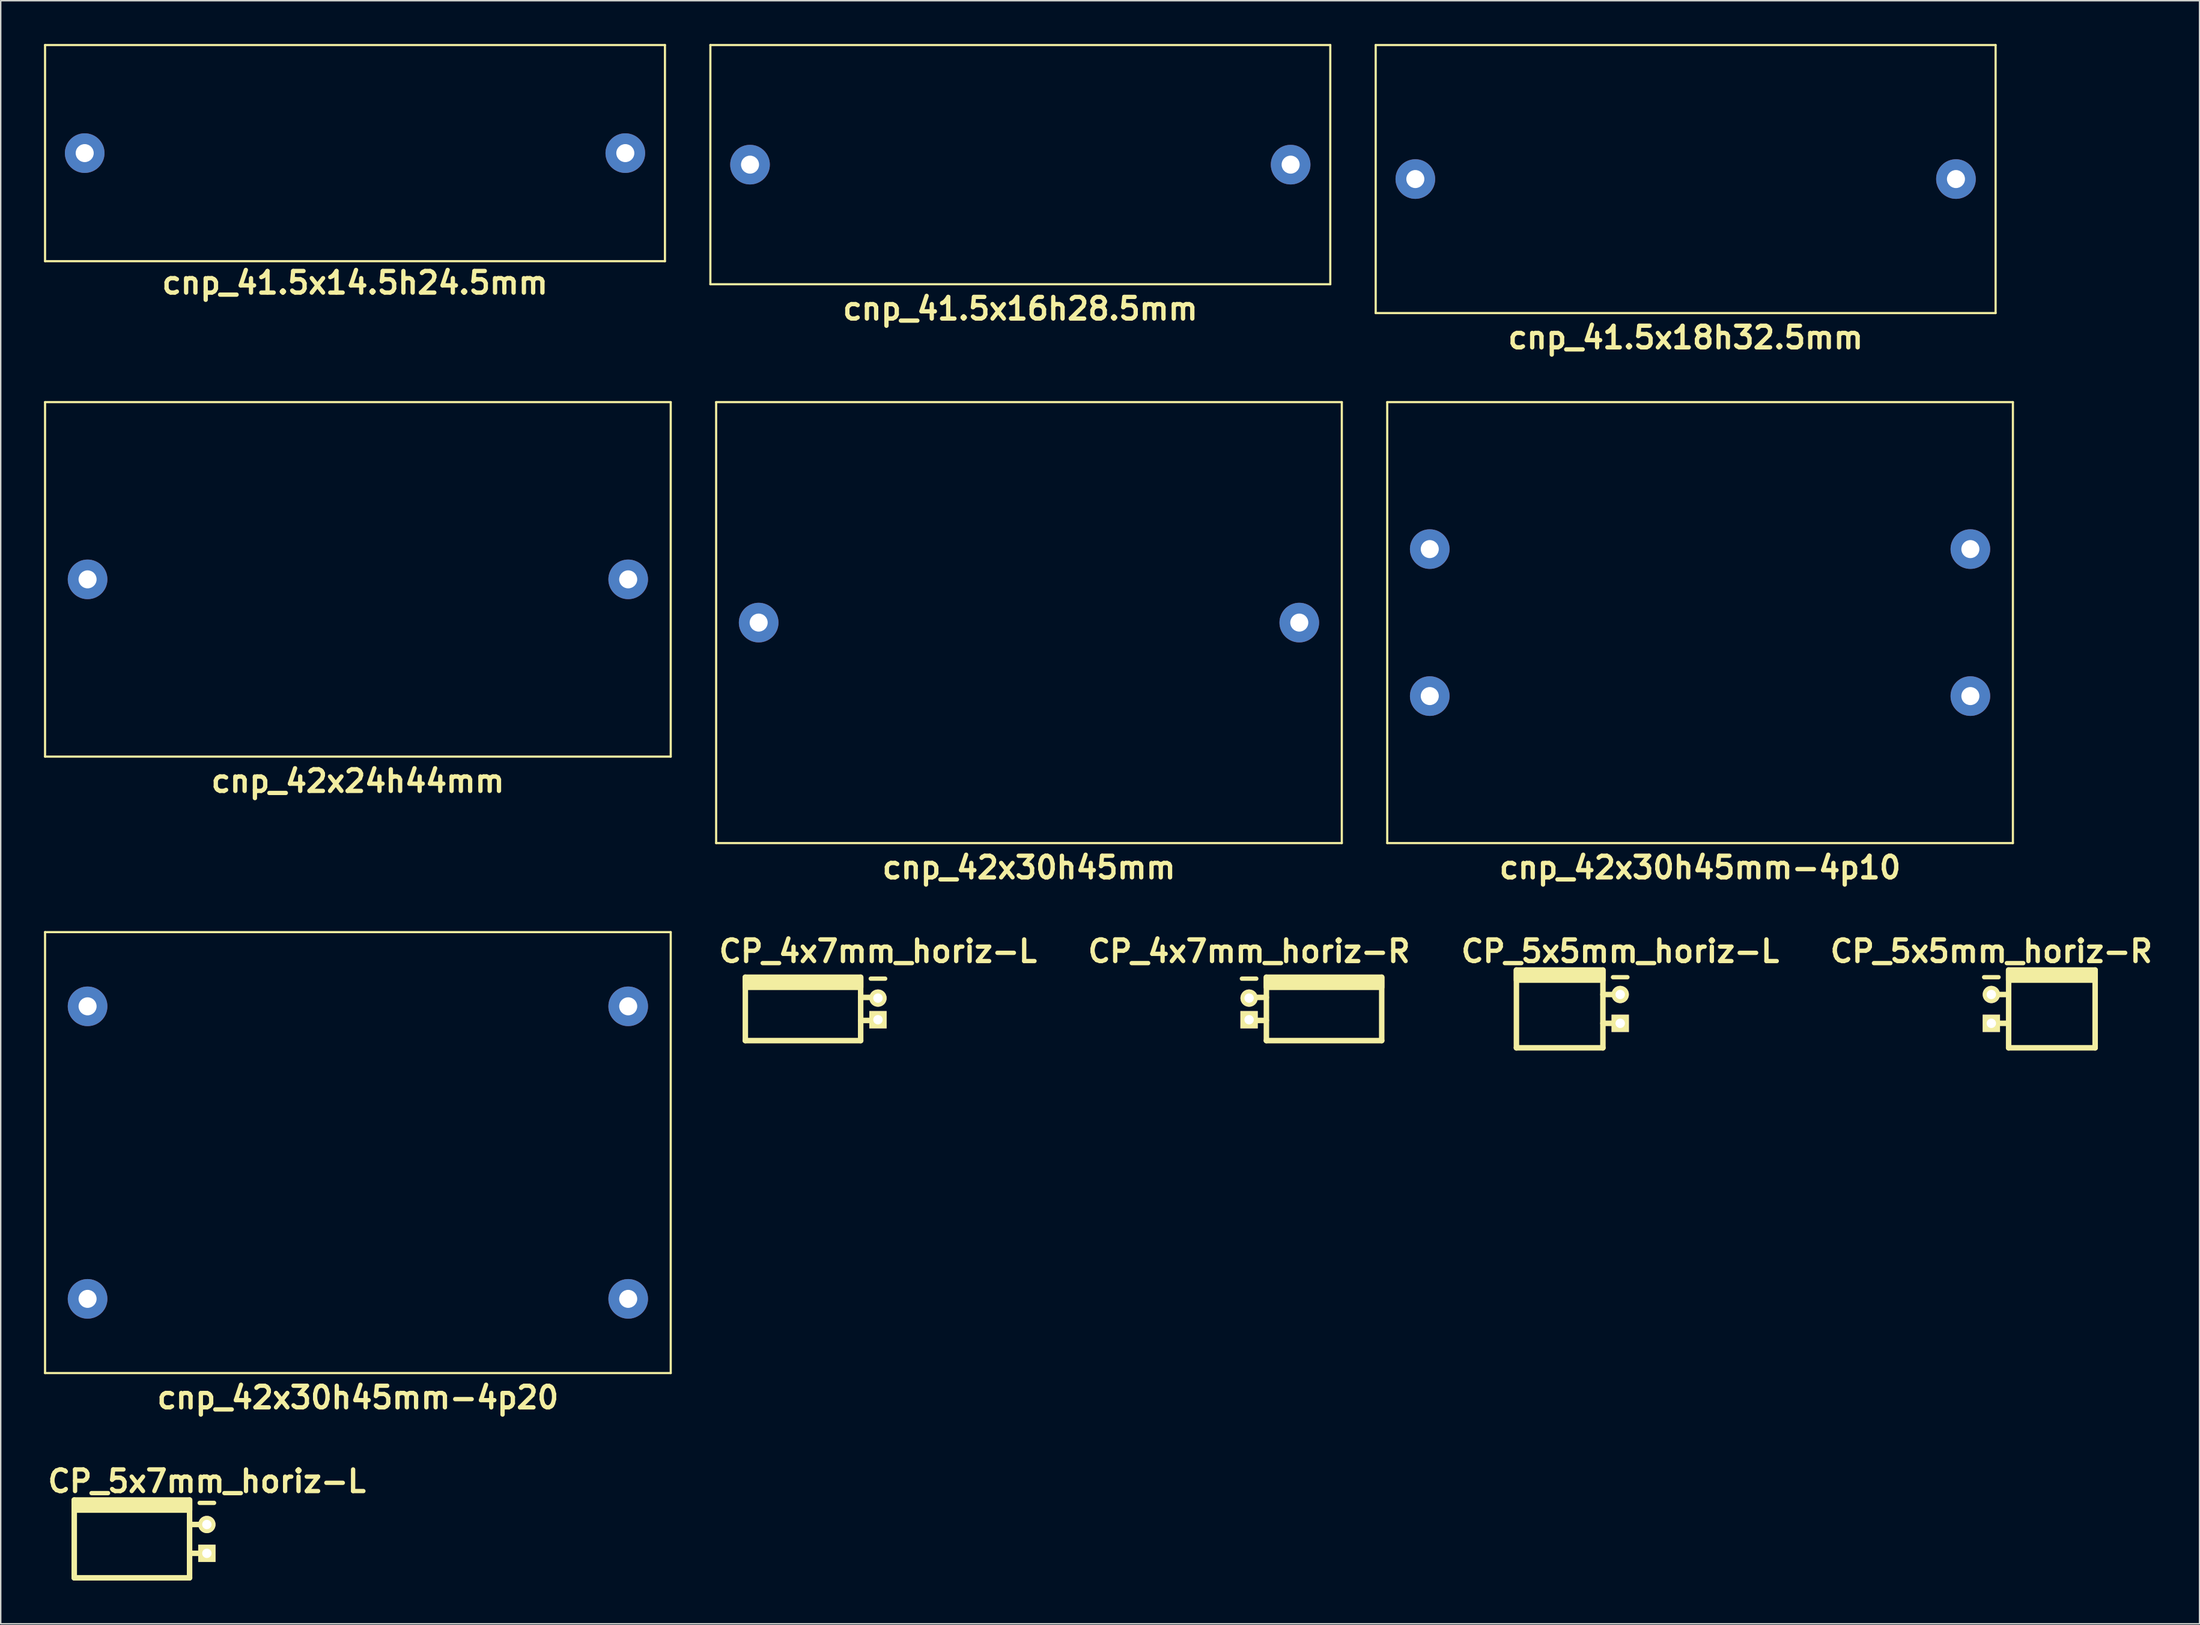
<source format=kicad_pcb>
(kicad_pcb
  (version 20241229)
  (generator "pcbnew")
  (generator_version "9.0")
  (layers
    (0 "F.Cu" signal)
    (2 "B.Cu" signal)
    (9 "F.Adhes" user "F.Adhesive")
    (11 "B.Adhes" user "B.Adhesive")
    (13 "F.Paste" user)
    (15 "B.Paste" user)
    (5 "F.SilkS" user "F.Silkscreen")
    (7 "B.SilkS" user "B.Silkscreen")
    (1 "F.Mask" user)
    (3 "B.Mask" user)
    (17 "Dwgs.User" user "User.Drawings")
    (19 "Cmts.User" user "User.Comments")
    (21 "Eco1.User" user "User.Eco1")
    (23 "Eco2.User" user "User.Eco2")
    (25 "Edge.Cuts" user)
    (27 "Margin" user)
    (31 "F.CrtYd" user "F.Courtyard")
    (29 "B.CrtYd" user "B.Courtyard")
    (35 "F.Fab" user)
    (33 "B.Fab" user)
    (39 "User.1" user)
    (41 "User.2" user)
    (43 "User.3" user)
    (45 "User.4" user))
  (footprint "CP_5x7mm_horiz-L"
    (layer "F.Cu")
    (at 11.3 103.741)
    (property "Reference" "CP_5x7mm_horiz-L" (at 0 -4 0) (layer "F.SilkS") (effects (font (size 1.5 1.5) (thickness 0.3))))
    (attr through_hole)
    (fp_line (start -9.2 -2.7) (end -9.2 2.7) (stroke (width 0.381) (type solid)) (layer "F.SilkS"))
    (fp_line (start -9.2 2.7) (end -1.2 2.7) (stroke (width 0.381) (type solid)) (layer "F.SilkS"))
    (fp_line (start -1.2 2.7) (end -1.2 -2.7) (stroke (width 0.381) (type solid)) (layer "F.SilkS"))
    (fp_line (start 0 -1) (end -1.2 -1) (stroke (width 0.381) (type solid)) (layer "F.SilkS"))
    (fp_line (start 0 1) (end -1.2 1) (stroke (width 0.381) (type solid)) (layer "F.SilkS"))
    (fp_line (start 0.5 -2.5) (end -0.5 -2.5) (stroke (width 0.3) (type solid)) (layer "F.SilkS"))
    (fp_poly (pts (xy -1.2 -2) (xy -9.2 -2) (xy -9.2 -2.7) (xy -1.2 -2.7)) (stroke (width 0.381) (type solid)) (fill yes) (layer "F.SilkS"))
    (pad "1" thru_hole rect (at 0 1) (size 1.2 1.2) (drill 0.65) (layers "*.Cu" "*.Mask" "F.SilkS"))
    (pad "2" thru_hole circle (at 0 -1) (size 1.2 1.2) (drill 0.65) (layers "*.Cu" "*.Mask" "F.SilkS")))
  (footprint "CP_5x5mm_horiz-L"
    (layer "F.Cu")
    (at 109.336 66.962)
    (property "Reference" "CP_5x5mm_horiz-L" (at 0 -4 0) (layer "F.SilkS") (effects (font (size 1.5 1.5) (thickness 0.3))))
    (attr through_hole)
    (fp_line (start -7.2 -2.7) (end -7.2 2.7) (stroke (width 0.381) (type solid)) (layer "F.SilkS"))
    (fp_line (start -7.2 2.7) (end -1.2 2.7) (stroke (width 0.381) (type solid)) (layer "F.SilkS"))
    (fp_line (start -1.2 2.7) (end -1.2 -2.7) (stroke (width 0.381) (type solid)) (layer "F.SilkS"))
    (fp_line (start 0 -1) (end -1.2 -1) (stroke (width 0.381) (type solid)) (layer "F.SilkS"))
    (fp_line (start 0 1) (end -1.2 1) (stroke (width 0.381) (type solid)) (layer "F.SilkS"))
    (fp_line (start 0.5 -2.2) (end -0.5 -2.2) (stroke (width 0.3) (type solid)) (layer "F.SilkS"))
    (fp_poly (pts (xy -1.2 -2) (xy -7.2 -2) (xy -7.2 -2.7) (xy -1.2 -2.7)) (stroke (width 0.381) (type solid)) (fill yes) (layer "F.SilkS"))
    (pad "1" thru_hole rect (at 0 1) (size 1.2 1.2) (drill 0.65) (layers "*.Cu" "*.Mask" "F.SilkS"))
    (pad "2" thru_hole circle (at 0 -1) (size 1.2 1.2) (drill 0.65) (layers "*.Cu" "*.Mask" "F.SilkS")))
  (footprint "cnp_41.5x14.5h24.5mm"
    (layer "F.Cu")
    (at 21.575 7.575)
    (property "Reference" "cnp_41.5x14.5h24.5mm" (at 0 9 0) (layer "F.SilkS") (effects (font (size 1.5 1.5) (thickness 0.3))))
    (attr through_hole)
    (fp_line (start -21.5 -7.5) (end 21.5 -7.5) (stroke (width 0.15) (type solid)) (layer "F.SilkS"))
    (fp_line (start -21.5 7.5) (end -21.5 -7.5) (stroke (width 0.15) (type solid)) (layer "F.SilkS"))
    (fp_line (start 21.5 -7.5) (end 21.5 7.5) (stroke (width 0.15) (type solid)) (layer "F.SilkS"))
    (fp_line (start 21.5 7.5) (end -21.5 7.5) (stroke (width 0.15) (type solid)) (layer "F.SilkS"))
    (pad "1" thru_hole circle (at 18.75 0) (size 2.75 2.75) (drill 1.25) (layers "*.Cu" "*.Mask"))
    (pad "2" thru_hole circle (at -18.75 0) (size 2.75 2.75) (drill 1.25) (layers "*.Cu" "*.Mask")))
  (footprint "CP_4x7mm_horiz-L"
    (layer "F.Cu")
    (at 57.85 66.962)
    (property "Reference" "CP_4x7mm_horiz-L" (at 0 -4 0) (layer "F.SilkS") (effects (font (size 1.5 1.5) (thickness 0.3))))
    (attr through_hole)
    (fp_line (start -9.2 -2.2) (end -9.2 2.2) (stroke (width 0.381) (type solid)) (layer "F.SilkS"))
    (fp_line (start -9.2 2.2) (end -1.2 2.2) (stroke (width 0.381) (type solid)) (layer "F.SilkS"))
    (fp_line (start -1.2 2.2) (end -1.2 -2.2) (stroke (width 0.381) (type solid)) (layer "F.SilkS"))
    (fp_line (start 0 -0.8) (end -1.2 -0.8) (stroke (width 0.381) (type solid)) (layer "F.SilkS"))
    (fp_line (start 0 0.8) (end -1.2 0.8) (stroke (width 0.381) (type solid)) (layer "F.SilkS"))
    (fp_line (start 0.5 -2.1) (end -0.5 -2.1) (stroke (width 0.3) (type solid)) (layer "F.SilkS"))
    (fp_poly (pts (xy -1.2 -1.5) (xy -9.2 -1.5) (xy -9.2 -2.2) (xy -1.2 -2.2)) (stroke (width 0.381) (type solid)) (fill yes) (layer "F.SilkS"))
    (pad "1" thru_hole rect (at 0 0.75) (size 1.2 1.2) (drill 0.65) (layers "*.Cu" "*.Mask" "F.SilkS"))
    (pad "2" thru_hole circle (at 0 -0.75) (size 1.2 1.2) (drill 0.65) (layers "*.Cu" "*.Mask" "F.SilkS")))
  (footprint "cnp_42x24h44mm"
    (layer "F.Cu")
    (at 21.775 37.154)
    (property "Reference" "cnp_42x24h44mm" (at 0 14 0) (layer "F.SilkS") (effects (font (size 1.5 1.5) (thickness 0.3))))
    (attr through_hole)
    (fp_line (start -21.7 -12.3) (end 21.7 -12.3) (stroke (width 0.15) (type solid)) (layer "F.SilkS"))
    (fp_line (start -21.7 12.3) (end -21.7 -12.3) (stroke (width 0.15) (type solid)) (layer "F.SilkS"))
    (fp_line (start 21.7 -12.3) (end 21.7 12.3) (stroke (width 0.15) (type solid)) (layer "F.SilkS"))
    (fp_line (start 21.7 12.3) (end -21.7 12.3) (stroke (width 0.15) (type solid)) (layer "F.SilkS"))
    (pad "1" thru_hole circle (at 18.75 0) (size 2.75 2.75) (drill 1.25) (layers "*.Cu" "*.Mask"))
    (pad "2" thru_hole circle (at -18.75 0) (size 2.75 2.75) (drill 1.25) (layers "*.Cu" "*.Mask")))
  (footprint "cnp_42x30h45mm"
    (layer "F.Cu")
    (at 68.325 40.154)
    (property "Reference" "cnp_42x30h45mm" (at 0 17 0) (layer "F.SilkS") (effects (font (size 1.5 1.5) (thickness 0.3))))
    (attr through_hole)
    (fp_line (start -21.7 -15.3) (end 21.7 -15.3) (stroke (width 0.15) (type solid)) (layer "F.SilkS"))
    (fp_line (start -21.7 15.3) (end -21.7 -15.3) (stroke (width 0.15) (type solid)) (layer "F.SilkS"))
    (fp_line (start 21.7 -15.3) (end 21.7 15.3) (stroke (width 0.15) (type solid)) (layer "F.SilkS"))
    (fp_line (start 21.7 15.3) (end -21.7 15.3) (stroke (width 0.15) (type solid)) (layer "F.SilkS"))
    (pad "1" thru_hole circle (at 18.75 0) (size 2.75 2.75) (drill 1.25) (layers "*.Cu" "*.Mask"))
    (pad "2" thru_hole circle (at -18.75 0) (size 2.75 2.75) (drill 1.25) (layers "*.Cu" "*.Mask")))
  (footprint "CP_4x7mm_horiz-R"
    (layer "F.Cu")
    (at 83.593 66.962)
    (property "Reference" "CP_4x7mm_horiz-R" (at 0 -4 0) (layer "F.SilkS") (effects (font (size 1.5 1.5) (thickness 0.3))))
    (attr through_hole)
    (fp_line (start -0.5 -2.1) (end 0.5 -2.1) (stroke (width 0.3) (type solid)) (layer "F.SilkS"))
    (fp_line (start 0 -0.8) (end 1.2 -0.8) (stroke (width 0.381) (type solid)) (layer "F.SilkS"))
    (fp_line (start 0 0.8) (end 1.2 0.8) (stroke (width 0.381) (type solid)) (layer "F.SilkS"))
    (fp_line (start 1.2 2.2) (end 1.2 -2.2) (stroke (width 0.381) (type solid)) (layer "F.SilkS"))
    (fp_line (start 9.2 -2.2) (end 9.2 2.2) (stroke (width 0.381) (type solid)) (layer "F.SilkS"))
    (fp_line (start 9.2 2.2) (end 1.2 2.2) (stroke (width 0.381) (type solid)) (layer "F.SilkS"))
    (fp_poly (pts (xy 9.2 -1.5) (xy 1.2 -1.5) (xy 1.2 -2.2) (xy 9.2 -2.2)) (stroke (width 0.381) (type solid)) (fill yes) (layer "F.SilkS"))
    (pad "1" thru_hole rect (at 0 0.75) (size 1.2 1.2) (drill 0.65) (layers "*.Cu" "*.Mask" "F.SilkS"))
    (pad "2" thru_hole circle (at 0 -0.75) (size 1.2 1.2) (drill 0.65) (layers "*.Cu" "*.Mask" "F.SilkS")))
  (footprint "cnp_41.5x18h32.5mm"
    (layer "F.Cu")
    (at 113.875 9.375)
    (property "Reference" "cnp_41.5x18h32.5mm" (at 0 11 0) (layer "F.SilkS") (effects (font (size 1.5 1.5) (thickness 0.3))))
    (attr through_hole)
    (fp_line (start -21.5 -9.3) (end 21.5 -9.3) (stroke (width 0.15) (type solid)) (layer "F.SilkS"))
    (fp_line (start -21.5 9.3) (end -21.5 -9.3) (stroke (width 0.15) (type solid)) (layer "F.SilkS"))
    (fp_line (start 21.5 -9.3) (end 21.5 9.3) (stroke (width 0.15) (type solid)) (layer "F.SilkS"))
    (fp_line (start 21.5 9.3) (end -21.5 9.3) (stroke (width 0.15) (type solid)) (layer "F.SilkS"))
    (pad "1" thru_hole circle (at 18.75 0) (size 2.75 2.75) (drill 1.25) (layers "*.Cu" "*.Mask"))
    (pad "2" thru_hole circle (at -18.75 0) (size 2.75 2.75) (drill 1.25) (layers "*.Cu" "*.Mask")))
  (footprint "cnp_42x30h45mm-4p20"
    (layer "F.Cu")
    (at 21.775 76.933)
    (property "Reference" "cnp_42x30h45mm-4p20" (at 0 17 0) (layer "F.SilkS") (effects (font (size 1.5 1.5) (thickness 0.3))))
    (attr through_hole)
    (fp_line (start -21.7 -15.3) (end 21.7 -15.3) (stroke (width 0.15) (type solid)) (layer "F.SilkS"))
    (fp_line (start -21.7 15.3) (end -21.7 -15.3) (stroke (width 0.15) (type solid)) (layer "F.SilkS"))
    (fp_line (start 21.7 -15.3) (end 21.7 15.3) (stroke (width 0.15) (type solid)) (layer "F.SilkS"))
    (fp_line (start 21.7 15.3) (end -21.7 15.3) (stroke (width 0.15) (type solid)) (layer "F.SilkS"))
    (pad "1" thru_hole circle (at 18.75 -10.15) (size 2.75 2.75) (drill 1.25) (layers "*.Cu" "*.Mask"))
    (pad "1" thru_hole circle (at 18.75 10.15) (size 2.75 2.75) (drill 1.25) (layers "*.Cu" "*.Mask"))
    (pad "2" thru_hole circle (at -18.75 -10.15) (size 2.75 2.75) (drill 1.25) (layers "*.Cu" "*.Mask"))
    (pad "2" thru_hole circle (at -18.75 10.15) (size 2.75 2.75) (drill 1.25) (layers "*.Cu" "*.Mask")))
  (footprint "CP_5x5mm_horiz-R"
    (layer "F.Cu")
    (at 135.079 66.962)
    (property "Reference" "CP_5x5mm_horiz-R" (at 0 -4 0) (layer "F.SilkS") (effects (font (size 1.5 1.5) (thickness 0.3))))
    (attr through_hole)
    (fp_line (start -0.5 -2.2) (end 0.5 -2.2) (stroke (width 0.3) (type solid)) (layer "F.SilkS"))
    (fp_line (start 0 -1) (end 1.2 -1) (stroke (width 0.381) (type solid)) (layer "F.SilkS"))
    (fp_line (start 0 1) (end 1.2 1) (stroke (width 0.381) (type solid)) (layer "F.SilkS"))
    (fp_line (start 1.2 2.7) (end 1.2 -2.7) (stroke (width 0.381) (type solid)) (layer "F.SilkS"))
    (fp_line (start 7.2 -2.7) (end 7.2 2.7) (stroke (width 0.381) (type solid)) (layer "F.SilkS"))
    (fp_line (start 7.2 2.7) (end 1.2 2.7) (stroke (width 0.381) (type solid)) (layer "F.SilkS"))
    (fp_poly (pts (xy 7.2 -2) (xy 1.2 -2) (xy 1.2 -2.7) (xy 7.2 -2.7)) (stroke (width 0.381) (type solid)) (fill yes) (layer "F.SilkS"))
    (pad "1" thru_hole rect (at 0 1) (size 1.2 1.2) (drill 0.65) (layers "*.Cu" "*.Mask" "F.SilkS"))
    (pad "2" thru_hole circle (at 0 -1) (size 1.2 1.2) (drill 0.65) (layers "*.Cu" "*.Mask" "F.SilkS")))
  (footprint "cnp_41.5x16h28.5mm"
    (layer "F.Cu")
    (at 67.725 8.375)
    (property "Reference" "cnp_41.5x16h28.5mm" (at 0 10 0) (layer "F.SilkS") (effects (font (size 1.5 1.5) (thickness 0.3))))
    (attr through_hole)
    (fp_line (start -21.5 -8.3) (end 21.5 -8.3) (stroke (width 0.15) (type solid)) (layer "F.SilkS"))
    (fp_line (start -21.5 8.3) (end -21.5 -8.3) (stroke (width 0.15) (type solid)) (layer "F.SilkS"))
    (fp_line (start 21.5 -8.3) (end 21.5 8.3) (stroke (width 0.15) (type solid)) (layer "F.SilkS"))
    (fp_line (start 21.5 8.3) (end -21.5 8.3) (stroke (width 0.15) (type solid)) (layer "F.SilkS"))
    (pad "1" thru_hole circle (at 18.75 0) (size 2.75 2.75) (drill 1.25) (layers "*.Cu" "*.Mask"))
    (pad "2" thru_hole circle (at -18.75 0) (size 2.75 2.75) (drill 1.25) (layers "*.Cu" "*.Mask")))
  (footprint "cnp_42x30h45mm-4p10"
    (layer "F.Cu")
    (at 114.875 40.154)
    (property "Reference" "cnp_42x30h45mm-4p10" (at 0 17 0) (layer "F.SilkS") (effects (font (size 1.5 1.5) (thickness 0.3))))
    (attr through_hole)
    (fp_line (start -21.7 -15.3) (end 21.7 -15.3) (stroke (width 0.15) (type solid)) (layer "F.SilkS"))
    (fp_line (start -21.7 15.3) (end -21.7 -15.3) (stroke (width 0.15) (type solid)) (layer "F.SilkS"))
    (fp_line (start 21.7 -15.3) (end 21.7 15.3) (stroke (width 0.15) (type solid)) (layer "F.SilkS"))
    (fp_line (start 21.7 15.3) (end -21.7 15.3) (stroke (width 0.15) (type solid)) (layer "F.SilkS"))
    (pad "1" thru_hole circle (at 18.75 -5.1) (size 2.75 2.75) (drill 1.25) (layers "*.Cu" "*.Mask"))
    (pad "1" thru_hole circle (at 18.75 5.1) (size 2.75 2.75) (drill 1.25) (layers "*.Cu" "*.Mask"))
    (pad "2" thru_hole circle (at -18.75 -5.1) (size 2.75 2.75) (drill 1.25) (layers "*.Cu" "*.Mask"))
    (pad "2" thru_hole circle (at -18.75 5.1) (size 2.75 2.75) (drill 1.25) (layers "*.Cu" "*.Mask")))
  (gr_rect
    (start -3 -3)
    (end 149.521 109.632)
    (stroke (width 0.1) (type default))
    (fill no)
    (layer "Edge.Cuts")))
</source>
